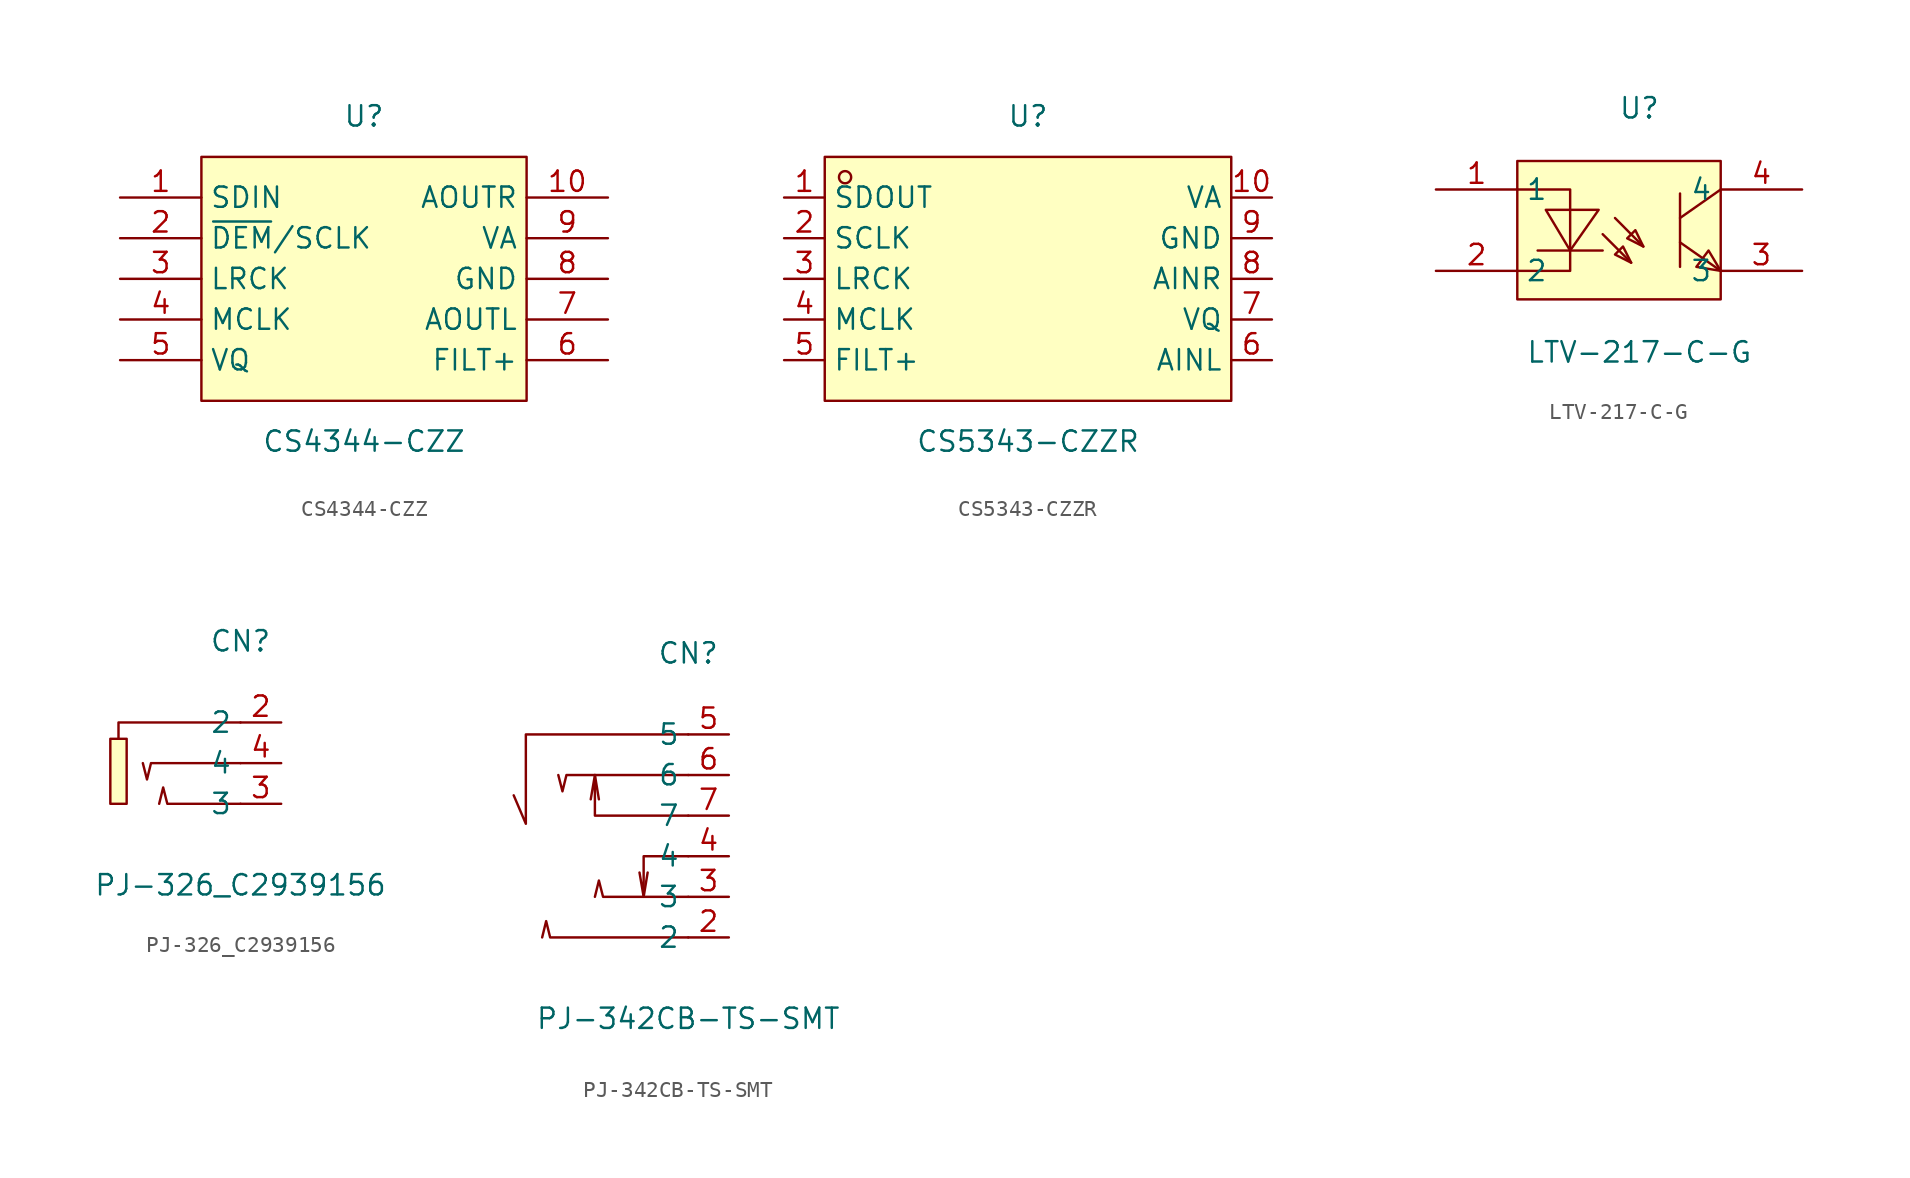
<source format=kicad_sym>
(kicad_symbol_lib
  (version 20211014)
  (generator https://github.com/uPesy/easyeda2kicad.py)
  (symbol "CS4344-CZZ"
    (property "Reference" "U"
      (at 0 10.16 0)
      (effects (font (size 1.27 1.27))))
    (property "Value" "CS4344-CZZ"
      (at 0 -10.16 0)
      (effects (font (size 1.27 1.27))))
    (symbol "CS4344-CZZ_0_1"
      (rectangle (start -10.16 7.62) (end 10.16 -7.62) (stroke (width 0) (type default) (color 0 0 0 0)) (fill (type background)))
      (pin unspecified line (at -15.24 5.08 0) (length 5.08) (name "SDIN" (effects (font (size 1.27 1.27)))) (number "1" (effects (font (size 1.27 1.27)))))
      (pin unspecified line (at -15.24 2.54 0) (length 5.08) (name "~{DEM}/SCLK" (effects (font (size 1.27 1.27)))) (number "2" (effects (font (size 1.27 1.27)))))
      (pin unspecified line (at -15.24 -0.00 0) (length 5.08) (name "LRCK" (effects (font (size 1.27 1.27)))) (number "3" (effects (font (size 1.27 1.27)))))
      (pin unspecified line (at -15.24 -2.54 0) (length 5.08) (name "MCLK" (effects (font (size 1.27 1.27)))) (number "4" (effects (font (size 1.27 1.27)))))
      (pin unspecified line (at -15.24 -5.08 0) (length 5.08) (name "VQ" (effects (font (size 1.27 1.27)))) (number "5" (effects (font (size 1.27 1.27)))))
      (pin unspecified line (at 15.24 -5.08 180) (length 5.08) (name "FILT+" (effects (font (size 1.27 1.27)))) (number "6" (effects (font (size 1.27 1.27)))))
      (pin unspecified line (at 15.24 -2.54 180) (length 5.08) (name "AOUTL" (effects (font (size 1.27 1.27)))) (number "7" (effects (font (size 1.27 1.27)))))
      (pin unspecified line (at 15.24 -0.00 180) (length 5.08) (name "GND" (effects (font (size 1.27 1.27)))) (number "8" (effects (font (size 1.27 1.27)))))
      (pin unspecified line (at 15.24 2.54 180) (length 5.08) (name "VA" (effects (font (size 1.27 1.27)))) (number "9" (effects (font (size 1.27 1.27)))))
      (pin unspecified line (at 15.24 5.08 180) (length 5.08) (name "AOUTR" (effects (font (size 1.27 1.27)))) (number "10" (effects (font (size 1.27 1.27)))))))
  (symbol "CS5343-CZZR"
    (property "Reference" "U"
      (at 0 10.16 0)
      (effects (font (size 1.27 1.27))))
    (property "Value" "CS5343-CZZR"
      (at 0 -10.16 0)
      (effects (font (size 1.27 1.27))))
    (symbol "CS5343-CZZR_0_1"
      (rectangle (start -12.70 7.62) (end 12.70 -7.62) (stroke (width 0) (type default) (color 0 0 0 0)) (fill (type background)))
      (circle (center -11.43 6.35) (radius 0.38) (stroke (width 0) (type default) (color 0 0 0 0)) (fill (type none)))
      (pin unspecified line (at -15.24 5.08 0) (length 2.54) (name "SDOUT" (effects (font (size 1.27 1.27)))) (number "1" (effects (font (size 1.27 1.27)))))
      (pin unspecified line (at -15.24 2.54 0) (length 2.54) (name "SCLK" (effects (font (size 1.27 1.27)))) (number "2" (effects (font (size 1.27 1.27)))))
      (pin unspecified line (at -15.24 -0.00 0) (length 2.54) (name "LRCK" (effects (font (size 1.27 1.27)))) (number "3" (effects (font (size 1.27 1.27)))))
      (pin unspecified line (at -15.24 -2.54 0) (length 2.54) (name "MCLK" (effects (font (size 1.27 1.27)))) (number "4" (effects (font (size 1.27 1.27)))))
      (pin unspecified line (at -15.24 -5.08 0) (length 2.54) (name "FILT+" (effects (font (size 1.27 1.27)))) (number "5" (effects (font (size 1.27 1.27)))))
      (pin unspecified line (at 15.24 -5.08 180) (length 2.54) (name "AINL" (effects (font (size 1.27 1.27)))) (number "6" (effects (font (size 1.27 1.27)))))
      (pin unspecified line (at 15.24 -2.54 180) (length 2.54) (name "VQ" (effects (font (size 1.27 1.27)))) (number "7" (effects (font (size 1.27 1.27)))))
      (pin unspecified line (at 15.24 -0.00 180) (length 2.54) (name "AINR" (effects (font (size 1.27 1.27)))) (number "8" (effects (font (size 1.27 1.27)))))
      (pin unspecified line (at 15.24 2.54 180) (length 2.54) (name "GND" (effects (font (size 1.27 1.27)))) (number "9" (effects (font (size 1.27 1.27)))))
      (pin unspecified line (at 15.24 5.08 180) (length 2.54) (name "VA" (effects (font (size 1.27 1.27)))) (number "10" (effects (font (size 1.27 1.27)))))))
  (symbol "LTV-217-C-G"
    (property "Reference" "U"
      (at 0 7.62 0)
      (effects (font (size 1.27 1.27))))
    (property "Value" "LTV-217-C-G"
      (at 0 -7.62 0)
      (effects (font (size 1.27 1.27))))
    (symbol "LTV-217-C-G_0_1"
      (rectangle (start -7.62 4.32) (end 5.08 -4.32) (stroke (width 0) (type default) (color 0 0 0 0)) (fill (type background)))
      (polyline (pts (xy -0.51 -2.03) (xy -1.02 -1.02) (xy -1.52 -1.52) (xy -0.51 -2.03)) (stroke (width 0) (type default) (color 0 0 0 0)) (fill (type background)))
      (polyline (pts (xy 0.25 -1.02) (xy -0.25 -0.00) (xy -0.76 -0.51) (xy 0.25 -1.02)) (stroke (width 0) (type default) (color 0 0 0 0)) (fill (type background)))
      (polyline (pts (xy -5.84 1.27) (xy -4.32 -1.27) (xy -2.54 1.27) (xy -5.84 1.27)) (stroke (width 0) (type default) (color 0 0 0 0)) (fill (type background)))
      (polyline (pts (xy 5.08 2.54) (xy 2.54 0.76)) (stroke (width 0) (type default) (color 0 0 0 0)) (fill (type none)))
      (polyline (pts (xy 2.54 -0.76) (xy 5.08 -2.54)) (stroke (width 0) (type default) (color 0 0 0 0)) (fill (type none)))
      (polyline (pts (xy 2.54 2.29) (xy 2.54 -2.29)) (stroke (width 0) (type default) (color 0 0 0 0)) (fill (type none)))
      (polyline (pts (xy -2.29 -0.25) (xy -0.51 -2.03)) (stroke (width 0) (type default) (color 0 0 0 0)) (fill (type none)))
      (polyline (pts (xy -1.52 0.76) (xy 0.25 -1.02)) (stroke (width 0) (type default) (color 0 0 0 0)) (fill (type none)))
      (polyline (pts (xy -2.29 -1.27) (xy -6.35 -1.27)) (stroke (width 0) (type default) (color 0 0 0 0)) (fill (type none)))
      (polyline (pts (xy -7.62 2.54) (xy -4.32 2.54) (xy -4.32 -2.54) (xy -7.62 -2.54)) (stroke (width 0) (type default) (color 0 0 0 0)) (fill (type none)))
      (polyline (pts (xy 5.08 -2.54) (xy 4.32 -1.27) (xy 3.56 -2.29) (xy 5.08 -2.54)) (stroke (width 0) (type default) (color 0 0 0 0)) (fill (type background)))
      (pin unspecified line (at -12.70 2.54 0) (length 5.08) (name "1" (effects (font (size 1.27 1.27)))) (number "1" (effects (font (size 1.27 1.27)))))
      (pin unspecified line (at -12.70 -2.54 0) (length 5.08) (name "2" (effects (font (size 1.27 1.27)))) (number "2" (effects (font (size 1.27 1.27)))))
      (pin unspecified line (at 10.16 -2.54 180) (length 5.08) (name "3" (effects (font (size 1.27 1.27)))) (number "3" (effects (font (size 1.27 1.27)))))
      (pin unspecified line (at 10.16 2.54 180) (length 5.08) (name "4" (effects (font (size 1.27 1.27)))) (number "4" (effects (font (size 1.27 1.27)))))))
  (symbol "PJ-326_C2939156"
    (property "Reference" "CN"
      (at 0 7.62 0)
      (effects (font (size 1.27 1.27))))
    (property "Value" "PJ-326_C2939156"
      (at 0 -7.62 0)
      (effects (font (size 1.27 1.27))))
    (symbol "PJ-326_C2939156_0_1"
      (rectangle (start -8.13 1.52) (end -7.11 -2.54) (stroke (width 0) (type default) (color 0 0 0 0)) (fill (type background)))
      (polyline (pts (xy 0.00 -2.54) (xy -4.57 -2.54) (xy -4.83 -1.52) (xy -5.08 -2.54)) (stroke (width 0) (type default) (color 0 0 0 0)) (fill (type none)))
      (polyline (pts (xy 0.00 -0.00) (xy -5.59 -0.00) (xy -5.84 -1.02) (xy -6.10 -0.00)) (stroke (width 0) (type default) (color 0 0 0 0)) (fill (type none)))
      (polyline (pts (xy 0.00 2.54) (xy -7.62 2.54) (xy -7.62 1.52)) (stroke (width 0) (type default) (color 0 0 0 0)) (fill (type none)))
      (pin unspecified line (at 2.54 -2.54 180) (length 2.54) (name "3" (effects (font (size 1.27 1.27)))) (number "3" (effects (font (size 1.27 1.27)))))
      (pin unspecified line (at 2.54 2.54 180) (length 2.54) (name "2" (effects (font (size 1.27 1.27)))) (number "2" (effects (font (size 1.27 1.27)))))
      (pin unspecified line (at 2.54 -0.00 180) (length 2.54) (name "4" (effects (font (size 1.27 1.27)))) (number "4" (effects (font (size 1.27 1.27)))))))
  (symbol "PJ-342CB-TS-SMT"
    (property "Reference" "CN"
      (at 0 10.16 0)
      (effects (font (size 1.27 1.27))))
    (property "Value" "PJ-342CB-TS-SMT"
      (at 0 -12.70 0)
      (effects (font (size 1.27 1.27))))
    (symbol "PJ-342CB-TS-SMT_0_1"
      (polyline (pts (xy -2.79 -5.08) (xy -2.54 -3.56)) (stroke (width 0) (type default) (color 0 0 0 0)) (fill (type none)))
      (polyline (pts (xy 0.00 -5.08) (xy -5.33 -5.08) (xy -5.59 -4.06) (xy -5.84 -5.08)) (stroke (width 0) (type default) (color 0 0 0 0)) (fill (type none)))
      (polyline (pts (xy 0.00 -2.54) (xy -2.79 -2.54) (xy -2.79 -5.08) (xy -3.05 -3.56)) (stroke (width 0) (type default) (color 0 0 0 0)) (fill (type none)))
      (polyline (pts (xy -5.84 2.54) (xy -5.59 1.02)) (stroke (width 0) (type default) (color 0 0 0 0)) (fill (type none)))
      (polyline (pts (xy 0.00 -0.00) (xy -5.84 -0.00) (xy -5.84 2.54) (xy -6.10 1.02)) (stroke (width 0) (type default) (color 0 0 0 0)) (fill (type none)))
      (polyline (pts (xy 0.00 2.54) (xy -7.62 2.54) (xy -7.87 1.52) (xy -8.13 2.54)) (stroke (width 0) (type default) (color 0 0 0 0)) (fill (type none)))
      (polyline (pts (xy 0.00 5.08) (xy -10.16 5.08) (xy -10.16 -0.51) (xy -10.92 1.27)) (stroke (width 0) (type default) (color 0 0 0 0)) (fill (type none)))
      (polyline (pts (xy 0.00 -7.62) (xy -8.64 -7.62) (xy -8.89 -6.60) (xy -9.14 -7.62)) (stroke (width 0) (type default) (color 0 0 0 0)) (fill (type none)))
      (pin unspecified line (at 2.54 -0.00 180) (length 2.54) (name "7" (effects (font (size 1.27 1.27)))) (number "7" (effects (font (size 1.27 1.27)))))
      (pin unspecified line (at 2.54 2.54 180) (length 2.54) (name "6" (effects (font (size 1.27 1.27)))) (number "6" (effects (font (size 1.27 1.27)))))
      (pin unspecified line (at 2.54 5.08 180) (length 2.54) (name "5" (effects (font (size 1.27 1.27)))) (number "5" (effects (font (size 1.27 1.27)))))
      (pin unspecified line (at 2.54 -2.54 180) (length 2.54) (name "4" (effects (font (size 1.27 1.27)))) (number "4" (effects (font (size 1.27 1.27)))))
      (pin unspecified line (at 2.54 -5.08 180) (length 2.54) (name "3" (effects (font (size 1.27 1.27)))) (number "3" (effects (font (size 1.27 1.27)))))
      (pin unspecified line (at 2.54 -7.62 180) (length 2.54) (name "2" (effects (font (size 1.27 1.27)))) (number "2" (effects (font (size 1.27 1.27))))))))
</source>
